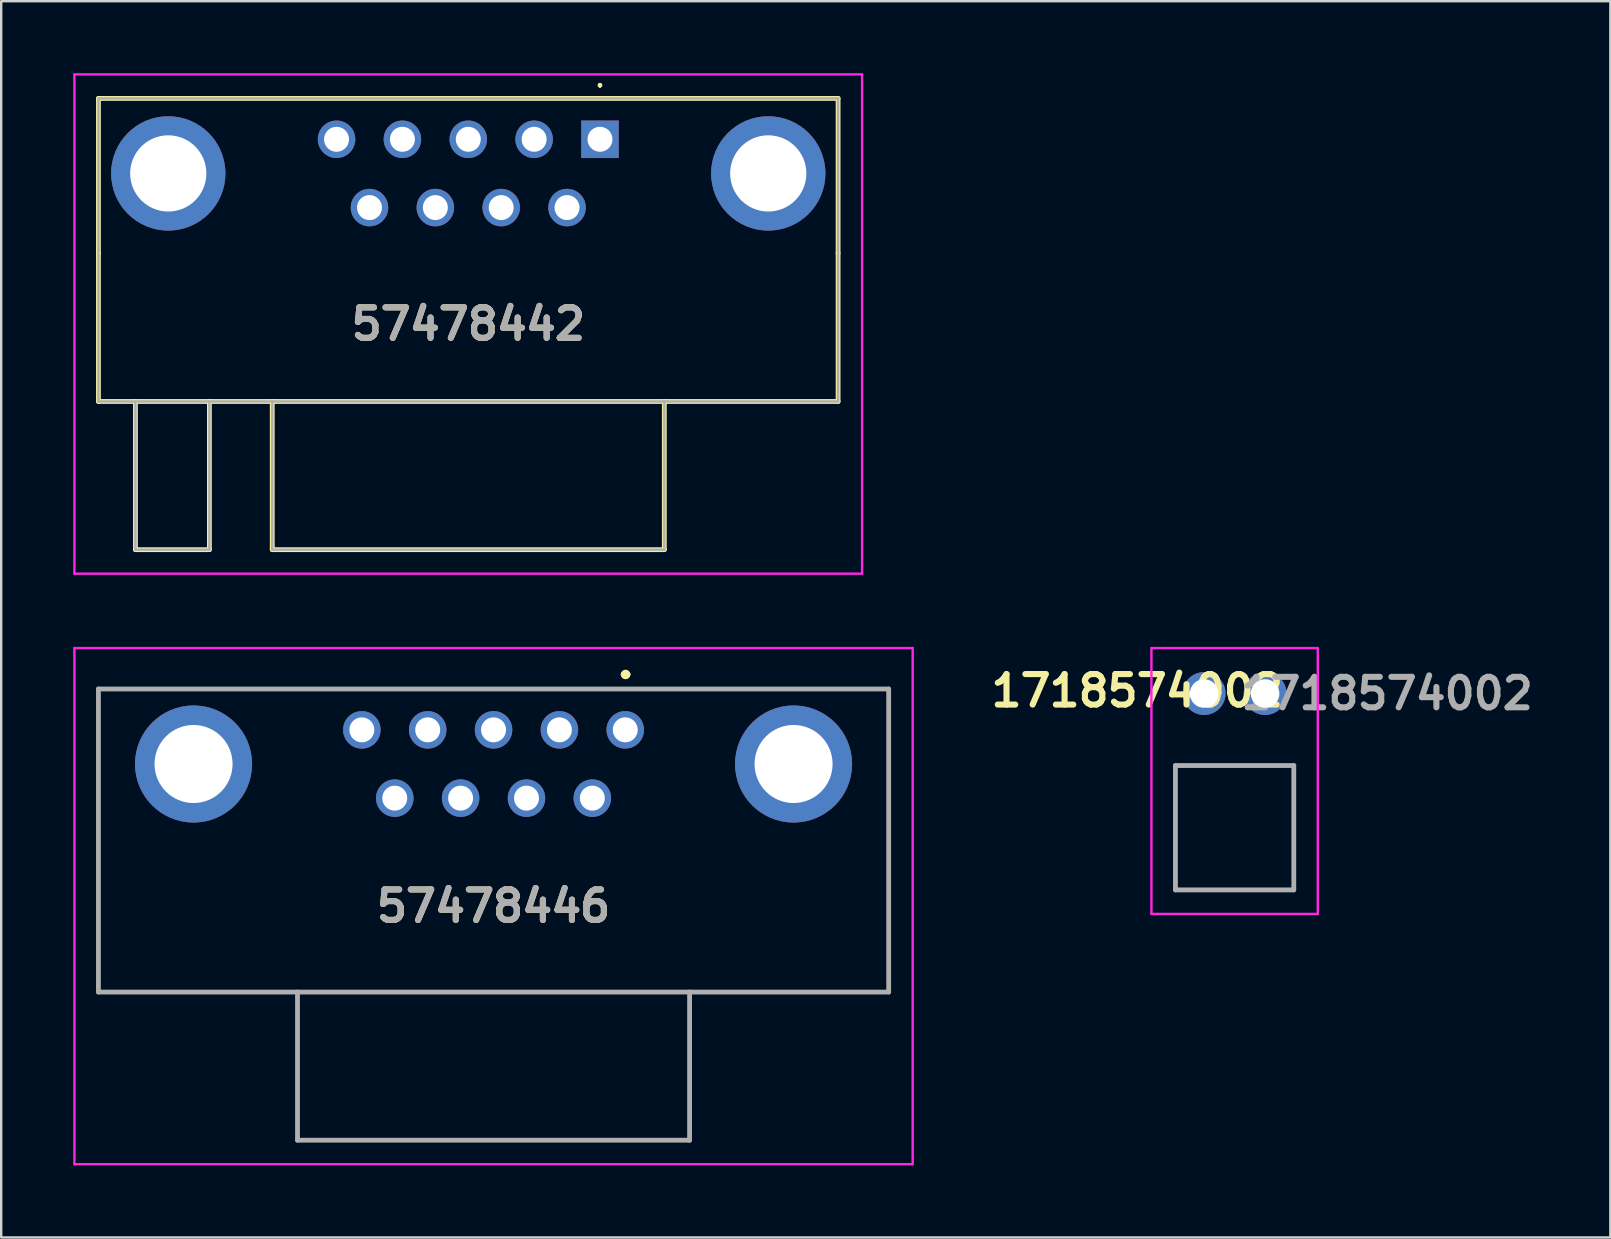
<source format=kicad_pcb>
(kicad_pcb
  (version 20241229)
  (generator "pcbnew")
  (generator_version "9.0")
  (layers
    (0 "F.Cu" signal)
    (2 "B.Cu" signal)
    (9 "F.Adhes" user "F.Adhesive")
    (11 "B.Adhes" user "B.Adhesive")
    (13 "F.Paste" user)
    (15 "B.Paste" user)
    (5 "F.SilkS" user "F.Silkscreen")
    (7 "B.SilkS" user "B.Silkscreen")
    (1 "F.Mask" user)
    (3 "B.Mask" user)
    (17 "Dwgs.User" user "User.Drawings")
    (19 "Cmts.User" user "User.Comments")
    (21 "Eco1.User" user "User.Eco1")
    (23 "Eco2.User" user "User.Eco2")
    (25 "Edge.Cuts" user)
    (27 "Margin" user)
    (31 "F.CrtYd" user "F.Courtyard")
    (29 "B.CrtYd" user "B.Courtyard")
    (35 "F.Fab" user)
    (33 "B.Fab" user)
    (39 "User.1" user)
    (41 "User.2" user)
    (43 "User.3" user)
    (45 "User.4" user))
  (footprint "57478442"
    (layer "F.Cu")
    (at 21.942 2.752)
    (property "Reference" "57478442" (at -5.486 7.696 0) (layer "F.SilkS") (effects (font (size 1.27 1.27) (thickness 0.254))))
    (attr through_hole)
    (fp_line (start -20.892 -1.702) (end -20.892 4.75) (stroke (width 0.2) (type solid)) (layer "F.SilkS"))
    (fp_line (start -20.892 4.75) (end -20.892 10.922) (stroke (width 0.2) (type solid)) (layer "F.SilkS"))
    (fp_line (start -20.892 10.922) (end 9.919 10.922) (stroke (width 0.2) (type solid)) (layer "F.SilkS"))
    (fp_line (start -19.351 17.094) (end -19.351 10.922) (stroke (width 0.2) (type solid)) (layer "F.SilkS"))
    (fp_line (start -16.27 10.922) (end -16.27 17.094) (stroke (width 0.2) (type solid)) (layer "F.SilkS"))
    (fp_line (start -16.27 17.094) (end -19.351 17.094) (stroke (width 0.2) (type solid)) (layer "F.SilkS"))
    (fp_line (start -13.652 10.922) (end -13.652 17.094) (stroke (width 0.2) (type solid)) (layer "F.SilkS"))
    (fp_line (start -13.652 17.094) (end 2.68 17.094) (stroke (width 0.2) (type solid)) (layer "F.SilkS"))
    (fp_line (start 0 -2.3) (end 0 -2.3) (stroke (width 0.1) (type solid)) (layer "F.SilkS"))
    (fp_line (start 0 -2.2) (end 0 -2.2) (stroke (width 0.1) (type solid)) (layer "F.SilkS"))
    (fp_line (start 2.68 17.094) (end 2.68 10.922) (stroke (width 0.2) (type solid)) (layer "F.SilkS"))
    (fp_line (start 9.919 -1.702) (end -20.892 -1.702) (stroke (width 0.2) (type solid)) (layer "F.SilkS"))
    (fp_line (start 9.919 4.75) (end 9.919 -1.702) (stroke (width 0.2) (type solid)) (layer "F.SilkS"))
    (fp_line (start 9.919 10.922) (end 9.919 4.75) (stroke (width 0.2) (type solid)) (layer "F.SilkS"))
    (fp_arc (start 0 -2.3) (mid 0.05 -2.25) (end 0 -2.2) (stroke (width 0.1) (type solid)) (layer "F.SilkS"))
    (fp_arc (start 0 -2.2) (mid -0.05 -2.25) (end 0 -2.3) (stroke (width 0.1) (type solid)) (layer "F.SilkS"))
    (fp_line (start -21.892 -2.702) (end 10.919 -2.702) (stroke (width 0.1) (type solid)) (layer "F.CrtYd"))
    (fp_line (start -21.892 18.094) (end -21.892 -2.702) (stroke (width 0.1) (type solid)) (layer "F.CrtYd"))
    (fp_line (start 10.919 -2.702) (end 10.919 18.094) (stroke (width 0.1) (type solid)) (layer "F.CrtYd"))
    (fp_line (start 10.919 18.094) (end -21.892 18.094) (stroke (width 0.1) (type solid)) (layer "F.CrtYd"))
    (fp_line (start -20.892 -1.702) (end 9.919 -1.702) (stroke (width 0.1) (type solid)) (layer "F.Fab"))
    (fp_line (start -20.892 10.922) (end -20.892 -1.702) (stroke (width 0.1) (type solid)) (layer "F.Fab"))
    (fp_line (start -19.351 17.094) (end -19.351 10.922) (stroke (width 0.1) (type solid)) (layer "F.Fab"))
    (fp_line (start -16.27 10.922) (end -16.27 17.094) (stroke (width 0.1) (type solid)) (layer "F.Fab"))
    (fp_line (start -16.27 17.094) (end -19.351 17.094) (stroke (width 0.1) (type solid)) (layer "F.Fab"))
    (fp_line (start -13.652 17.094) (end -13.652 10.922) (stroke (width 0.1) (type solid)) (layer "F.Fab"))
    (fp_line (start 2.68 10.922) (end 2.68 17.094) (stroke (width 0.1) (type solid)) (layer "F.Fab"))
    (fp_line (start 2.68 17.094) (end -13.652 17.094) (stroke (width 0.1) (type solid)) (layer "F.Fab"))
    (fp_line (start 9.919 -1.702) (end 9.919 10.922) (stroke (width 0.1) (type solid)) (layer "F.Fab"))
    (fp_line (start 9.919 10.922) (end -20.892 10.922) (stroke (width 0.1) (type solid)) (layer "F.Fab"))
    (fp_text user "${REFERENCE}" (at -5.486 7.696 0) (layer "F.Fab") (effects (font (size 1.27 1.27) (thickness 0.254))))
    (pad "1" thru_hole rect (at 0 0) (size 1.562 1.562) (drill 1.041) (layers "*.Cu" "*.Mask"))
    (pad "2" thru_hole circle (at -2.743 0) (size 1.562 1.562) (drill 1.041) (layers "*.Cu" "*.Mask"))
    (pad "3" thru_hole circle (at -5.486 0) (size 1.562 1.562) (drill 1.041) (layers "*.Cu" "*.Mask"))
    (pad "4" thru_hole circle (at -8.23 0) (size 1.562 1.562) (drill 1.041) (layers "*.Cu" "*.Mask"))
    (pad "5" thru_hole circle (at -10.973 0) (size 1.562 1.562) (drill 1.041) (layers "*.Cu" "*.Mask"))
    (pad "6" thru_hole circle (at -1.372 2.845) (size 1.562 1.562) (drill 1.041) (layers "*.Cu" "*.Mask"))
    (pad "7" thru_hole circle (at -4.115 2.845) (size 1.562 1.562) (drill 1.041) (layers "*.Cu" "*.Mask"))
    (pad "8" thru_hole circle (at -6.858 2.845) (size 1.562 1.562) (drill 1.041) (layers "*.Cu" "*.Mask"))
    (pad "9" thru_hole circle (at -9.601 2.845) (size 1.562 1.562) (drill 1.041) (layers "*.Cu" "*.Mask"))
    (pad "MH1" thru_hole circle (at 7.01 1.422) (size 4.762 4.762) (drill 3.175) (layers "*.Cu" "*.Mask"))
    (pad "MH2" thru_hole circle (at -17.983 1.422) (size 4.762 4.762) (drill 3.175) (layers "*.Cu" "*.Mask")))
  (footprint "57478446"
    (layer "F.Cu")
    (at 17.509 34.696)
    (property "Reference" "57478446" (at 0 0 0) (layer "F.SilkS") (effects (font (size 1.27 1.27) (thickness 0.254))))
    (attr through_hole)
    (fp_line (start -16.459 -9.046) (end 16.459 -9.046) (stroke (width 0.1) (type solid)) (layer "F.SilkS"))
    (fp_line (start -16.459 3.578) (end -16.459 -9.046) (stroke (width 0.1) (type solid)) (layer "F.SilkS"))
    (fp_line (start -8.166 3.578) (end -8.166 9.75) (stroke (width 0.1) (type solid)) (layer "F.SilkS"))
    (fp_line (start -8.166 9.75) (end 8.166 9.75) (stroke (width 0.1) (type solid)) (layer "F.SilkS"))
    (fp_line (start 5.4 -9.65) (end 5.4 -9.65) (stroke (width 0.2) (type solid)) (layer "F.SilkS"))
    (fp_line (start 5.6 -9.65) (end 5.6 -9.65) (stroke (width 0.2) (type solid)) (layer "F.SilkS"))
    (fp_line (start 8.166 9.75) (end 8.166 3.578) (stroke (width 0.1) (type solid)) (layer "F.SilkS"))
    (fp_line (start 16.459 -9.046) (end 16.459 3.578) (stroke (width 0.1) (type solid)) (layer "F.SilkS"))
    (fp_line (start 16.459 3.578) (end -16.459 3.578) (stroke (width 0.1) (type solid)) (layer "F.SilkS"))
    (fp_arc (start 5.4 -9.65) (mid 5.5 -9.75) (end 5.6 -9.65) (stroke (width 0.2) (type solid)) (layer "F.SilkS"))
    (fp_arc (start 5.6 -9.65) (mid 5.5 -9.55) (end 5.4 -9.65) (stroke (width 0.2) (type solid)) (layer "F.SilkS"))
    (fp_line (start -17.459 -10.75) (end 17.459 -10.75) (stroke (width 0.1) (type solid)) (layer "F.CrtYd"))
    (fp_line (start -17.459 10.75) (end -17.459 -10.75) (stroke (width 0.1) (type solid)) (layer "F.CrtYd"))
    (fp_line (start 17.459 -10.75) (end 17.459 10.75) (stroke (width 0.1) (type solid)) (layer "F.CrtYd"))
    (fp_line (start 17.459 10.75) (end -17.459 10.75) (stroke (width 0.1) (type solid)) (layer "F.CrtYd"))
    (fp_line (start -16.459 -9.046) (end 16.459 -9.046) (stroke (width 0.2) (type solid)) (layer "F.Fab"))
    (fp_line (start -16.459 3.578) (end -16.459 -9.046) (stroke (width 0.2) (type solid)) (layer "F.Fab"))
    (fp_line (start -8.166 3.578) (end -8.166 9.75) (stroke (width 0.2) (type solid)) (layer "F.Fab"))
    (fp_line (start -8.166 9.75) (end 8.166 9.75) (stroke (width 0.2) (type solid)) (layer "F.Fab"))
    (fp_line (start 8.166 9.75) (end 8.166 3.578) (stroke (width 0.2) (type solid)) (layer "F.Fab"))
    (fp_line (start 16.459 -9.046) (end 16.459 3.578) (stroke (width 0.2) (type solid)) (layer "F.Fab"))
    (fp_line (start 16.459 3.578) (end -16.459 3.578) (stroke (width 0.2) (type solid)) (layer "F.Fab"))
    (fp_text user "${REFERENCE}" (at 0 0 0) (layer "F.Fab") (effects (font (size 1.27 1.27) (thickness 0.254))))
    (pad "1" thru_hole circle (at 5.486 -7.344) (size 1.562 1.562) (drill 1.041) (layers "*.Cu" "*.Mask"))
    (pad "2" thru_hole circle (at 2.743 -7.344) (size 1.562 1.562) (drill 1.041) (layers "*.Cu" "*.Mask"))
    (pad "3" thru_hole circle (at 0 -7.344) (size 1.562 1.562) (drill 1.041) (layers "*.Cu" "*.Mask"))
    (pad "4" thru_hole circle (at -2.743 -7.344) (size 1.562 1.562) (drill 1.041) (layers "*.Cu" "*.Mask"))
    (pad "5" thru_hole circle (at -5.486 -7.344) (size 1.562 1.562) (drill 1.041) (layers "*.Cu" "*.Mask"))
    (pad "6" thru_hole circle (at 4.115 -4.499) (size 1.562 1.562) (drill 1.041) (layers "*.Cu" "*.Mask"))
    (pad "7" thru_hole circle (at 1.372 -4.499) (size 1.562 1.562) (drill 1.041) (layers "*.Cu" "*.Mask"))
    (pad "8" thru_hole circle (at -1.372 -4.499) (size 1.562 1.562) (drill 1.041) (layers "*.Cu" "*.Mask"))
    (pad "9" thru_hole circle (at -4.115 -4.499) (size 1.562 1.562) (drill 1.041) (layers "*.Cu" "*.Mask"))
    (pad "10" thru_hole circle (at -12.497 -5.921) (size 4.877 4.877) (drill 3.251) (layers "*.Cu" "*.Mask"))
    (pad "11" thru_hole circle (at 12.497 -5.921) (size 4.877 4.877) (drill 3.251) (layers "*.Cu" "*.Mask")))
  (footprint "1718574002"
    (layer "F.Cu")
    (at 47.108 25.839)
    (property "Reference" "1718574002" (at -2.789 -0.115 0) (layer "F.SilkS") (effects (font (size 1.27 1.27) (thickness 0.254))))
    (attr through_hole)
    (fp_line (start -1.195 3) (end 3.735 3) (stroke (width 0.1) (type solid)) (layer "F.SilkS"))
    (fp_line (start -1.195 8.18) (end -1.195 3) (stroke (width 0.1) (type solid)) (layer "F.SilkS"))
    (fp_line (start 3.735 3) (end 3.735 8.18) (stroke (width 0.1) (type solid)) (layer "F.SilkS"))
    (fp_line (start 3.735 8.18) (end -1.195 8.18) (stroke (width 0.1) (type solid)) (layer "F.SilkS"))
    (fp_line (start -2.195 -1.893) (end 4.735 -1.893) (stroke (width 0.1) (type solid)) (layer "F.CrtYd"))
    (fp_line (start -2.195 9.18) (end -2.195 -1.893) (stroke (width 0.1) (type solid)) (layer "F.CrtYd"))
    (fp_line (start 4.735 -1.893) (end 4.735 9.18) (stroke (width 0.1) (type solid)) (layer "F.CrtYd"))
    (fp_line (start 4.735 9.18) (end -2.195 9.18) (stroke (width 0.1) (type solid)) (layer "F.CrtYd"))
    (fp_line (start -1.195 3) (end 3.735 3) (stroke (width 0.2) (type solid)) (layer "F.Fab"))
    (fp_line (start -1.195 8.18) (end -1.195 3) (stroke (width 0.2) (type solid)) (layer "F.Fab"))
    (fp_line (start 3.735 3) (end 3.735 8.18) (stroke (width 0.2) (type solid)) (layer "F.Fab"))
    (fp_line (start 3.735 8.18) (end -1.195 8.18) (stroke (width 0.2) (type solid)) (layer "F.Fab"))
    (fp_text user "${REFERENCE}" (at 7.62 0 0) (layer "F.Fab") (effects (font (size 1.27 1.27) (thickness 0.254))))
    (pad "1" thru_hole circle (at 0 0) (size 1.785 1.785) (drill 1.19) (layers "*.Cu" "*.Mask"))
    (pad "2" thru_hole circle (at 2.54 0) (size 1.785 1.785) (drill 1.19) (layers "*.Cu" "*.Mask")))
  (gr_rect
    (start -3 -3)
    (end 64.03 48.496)
    (stroke (width 0.1) (type default))
    (fill no)
    (layer "Edge.Cuts")))
</source>
